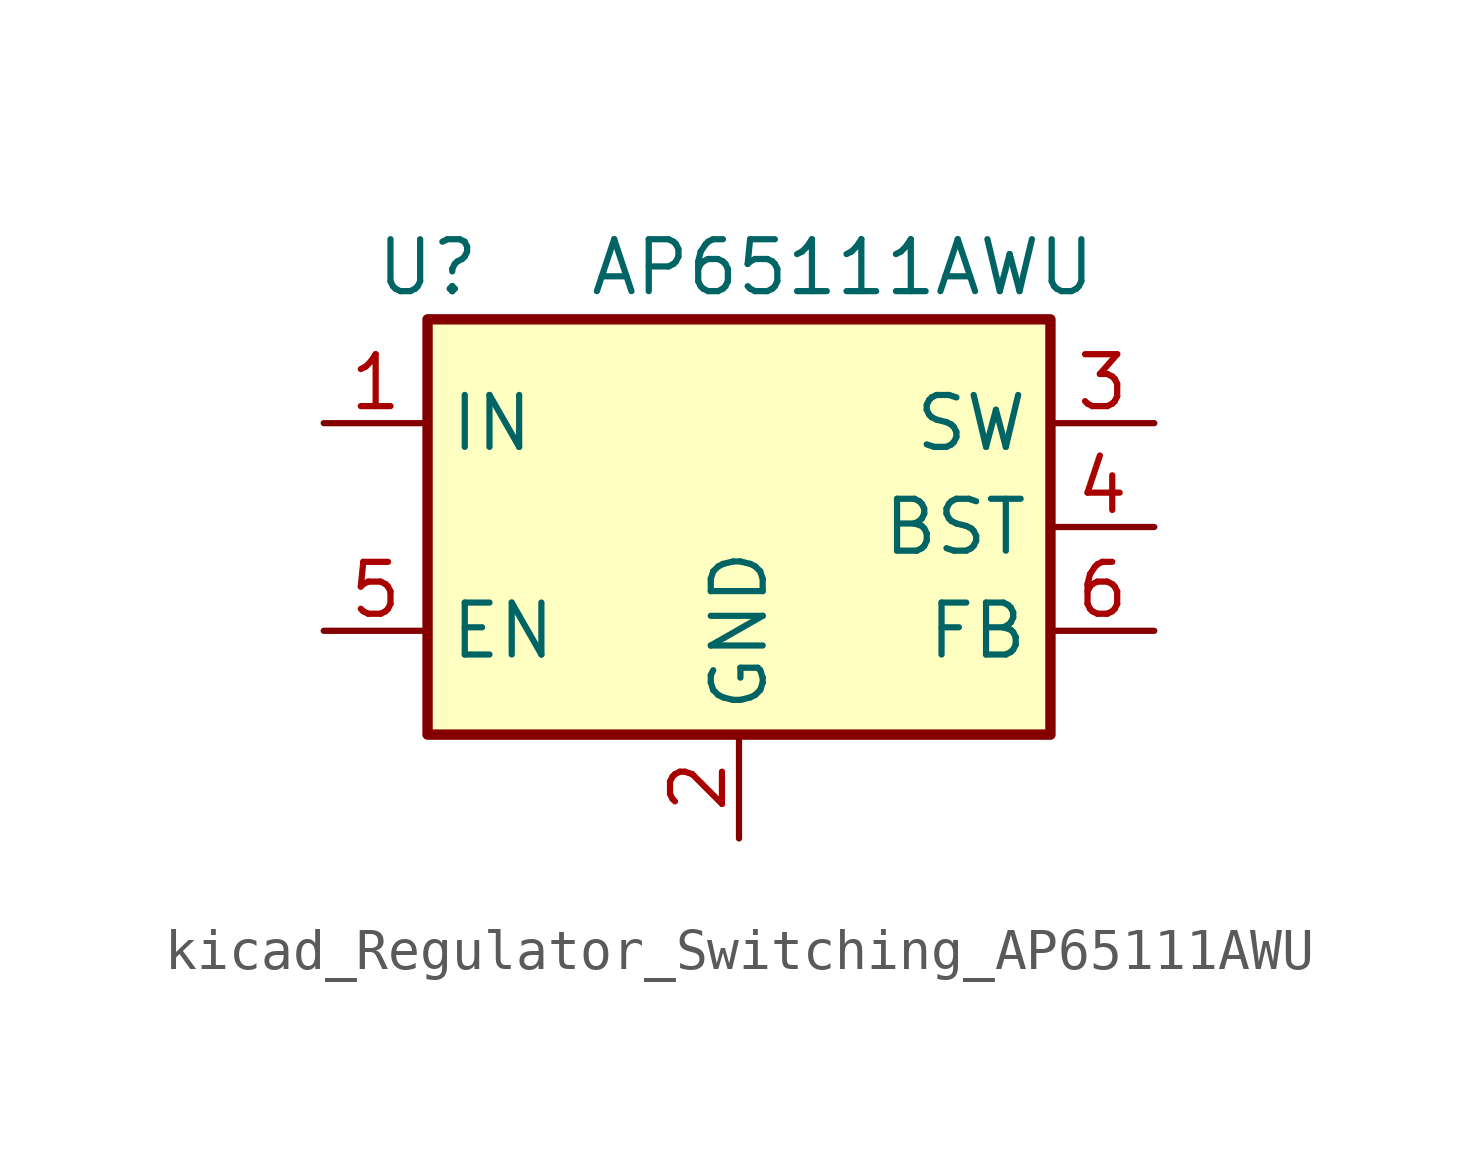
<source format=kicad_sym>
(kicad_symbol_lib
  (version 20220914)
  (generator kicad_symbol_editor)
  (symbol "kicad_Regulator_Switching_AP65111AWU"
    (property "Reference" "U"
      (at -7.62 6.35 0)
      (effects (font (size 1.27 1.27))))
    (property "Value" "AP65111AWU"
      (at 2.54 6.35 0)
      (effects (font (size 1.27 1.27))))
    (symbol "kicad_Regulator_Switching_AP65111AWU_0_1"
      (rectangle (start -7.62 5.08) (end 7.62 -5.08) (stroke (width 0.254) (type default)) (fill (type background))))
    (symbol "kicad_Regulator_Switching_AP65111AWU_1_1"
      (pin power_in line (at -10.16 2.54 0) (length 2.54) (name "IN" (effects (font (size 1.27 1.27)))) (number "1" (effects (font (size 1.27 1.27)))))
      (pin power_in line (at 0 -7.62 90) (length 2.54) (name "GND" (effects (font (size 1.27 1.27)))) (number "2" (effects (font (size 1.27 1.27)))))
      (pin output line (at 10.16 2.54 180) (length 2.54) (name "SW" (effects (font (size 1.27 1.27)))) (number "3" (effects (font (size 1.27 1.27)))))
      (pin passive line (at 10.16 0 180) (length 2.54) (name "BST" (effects (font (size 1.27 1.27)))) (number "4" (effects (font (size 1.27 1.27)))))
      (pin input line (at -10.16 -2.54 0) (length 2.54) (name "EN" (effects (font (size 1.27 1.27)))) (number "5" (effects (font (size 1.27 1.27)))))
      (pin input line (at 10.16 -2.54 180) (length 2.54) (name "FB" (effects (font (size 1.27 1.27)))) (number "6" (effects (font (size 1.27 1.27))))))))
</source>
